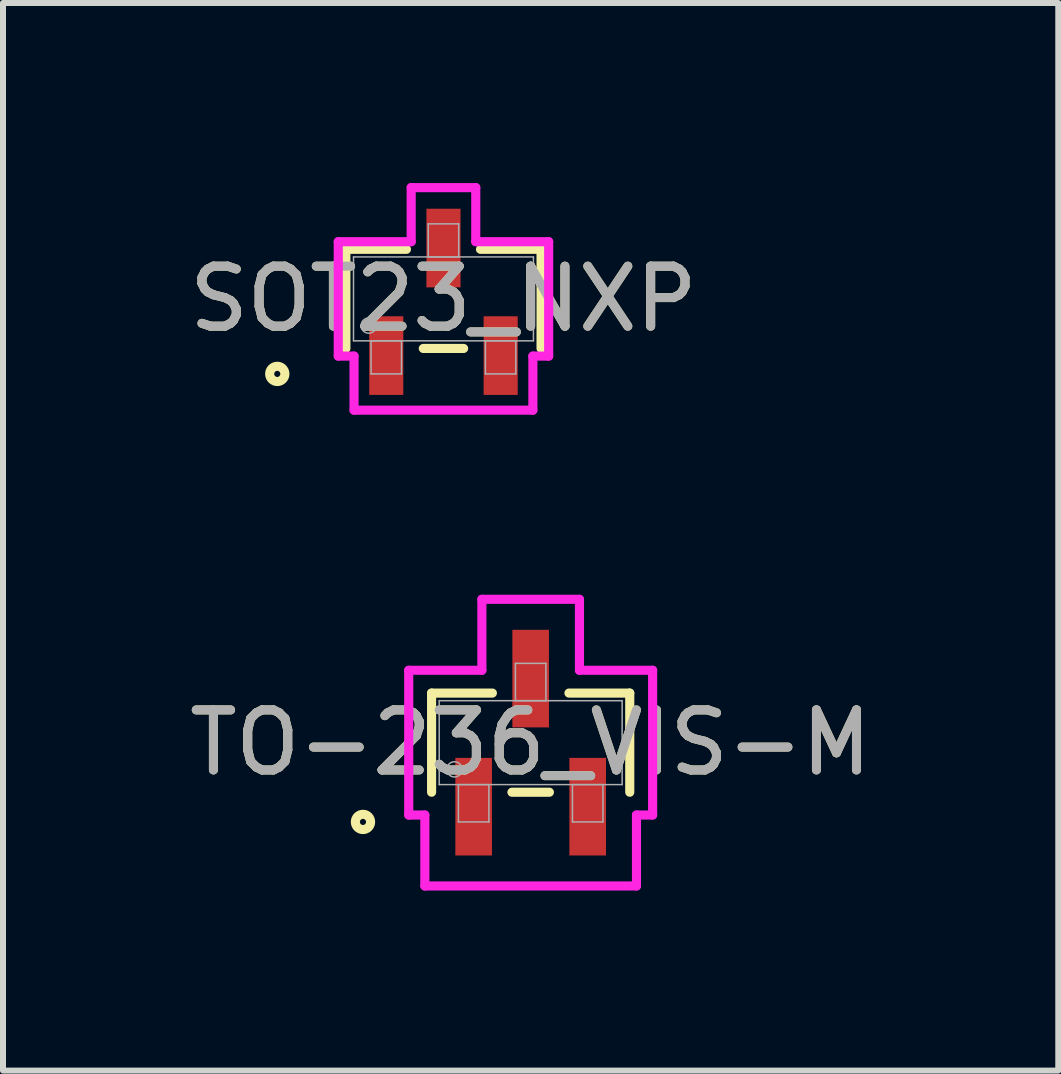
<source format=kicad_pcb>
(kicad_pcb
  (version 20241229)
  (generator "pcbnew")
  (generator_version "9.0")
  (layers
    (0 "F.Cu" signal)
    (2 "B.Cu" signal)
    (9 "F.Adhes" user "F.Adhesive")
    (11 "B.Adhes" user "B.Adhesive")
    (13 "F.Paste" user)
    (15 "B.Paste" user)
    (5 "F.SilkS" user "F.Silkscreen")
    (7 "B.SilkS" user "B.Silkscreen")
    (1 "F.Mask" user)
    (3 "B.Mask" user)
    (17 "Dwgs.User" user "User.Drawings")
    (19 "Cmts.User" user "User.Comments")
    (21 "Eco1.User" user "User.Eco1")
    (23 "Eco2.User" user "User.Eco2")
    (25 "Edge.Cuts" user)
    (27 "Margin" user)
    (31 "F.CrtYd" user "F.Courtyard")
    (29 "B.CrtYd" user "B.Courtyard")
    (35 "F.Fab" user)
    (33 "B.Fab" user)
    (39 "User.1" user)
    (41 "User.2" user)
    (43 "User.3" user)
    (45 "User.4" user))
  (footprint "SOT23_NXP"
    (layer "F.Cu")
    (at 4.339 1.93)
    (property "Reference" "SOT23_NXP" (at 0 0 0) (unlocked yes) (layer "F.SilkS") (effects (font (size 1 1) (thickness 0.15))))
    (attr smd)
    (fp_line (start -1.626 -0.826) (end -1.626 0.826) (stroke (width 0.152) (type solid)) (layer "F.SilkS"))
    (fp_line (start -0.617 -0.826) (end -1.626 -0.826) (stroke (width 0.152) (type solid)) (layer "F.SilkS"))
    (fp_line (start -0.336 0.826) (end 0.336 0.826) (stroke (width 0.152) (type solid)) (layer "F.SilkS"))
    (fp_line (start 1.626 -0.826) (end 0.617 -0.826) (stroke (width 0.152) (type solid)) (layer "F.SilkS"))
    (fp_line (start 1.626 0.826) (end 1.626 -0.826) (stroke (width 0.152) (type solid)) (layer "F.SilkS"))
    (fp_circle (center -2.769 1.25) (end -2.642 1.25) (stroke (width 0.152) (type solid)) (fill no) (layer "F.SilkS"))
    (fp_line (start -1.753 -0.953) (end -0.538 -0.953) (stroke (width 0.152) (type solid)) (layer "F.CrtYd"))
    (fp_line (start -1.753 0.953) (end -1.753 -0.953) (stroke (width 0.152) (type solid)) (layer "F.CrtYd"))
    (fp_line (start -1.753 0.953) (end -1.49 0.953) (stroke (width 0.152) (type solid)) (layer "F.CrtYd"))
    (fp_line (start -1.49 0.953) (end -1.49 1.854) (stroke (width 0.152) (type solid)) (layer "F.CrtYd"))
    (fp_line (start -1.49 1.854) (end 1.49 1.854) (stroke (width 0.152) (type solid)) (layer "F.CrtYd"))
    (fp_line (start -0.538 -1.854) (end 0.538 -1.854) (stroke (width 0.152) (type solid)) (layer "F.CrtYd"))
    (fp_line (start -0.538 -0.953) (end -0.538 -1.854) (stroke (width 0.152) (type solid)) (layer "F.CrtYd"))
    (fp_line (start 0.538 -0.953) (end 0.538 -1.854) (stroke (width 0.152) (type solid)) (layer "F.CrtYd"))
    (fp_line (start 1.49 0.953) (end 1.49 1.854) (stroke (width 0.152) (type solid)) (layer "F.CrtYd"))
    (fp_line (start 1.753 -0.953) (end 0.538 -0.953) (stroke (width 0.152) (type solid)) (layer "F.CrtYd"))
    (fp_line (start 1.753 -0.953) (end 1.753 0.953) (stroke (width 0.152) (type solid)) (layer "F.CrtYd"))
    (fp_line (start 1.753 0.953) (end 1.49 0.953) (stroke (width 0.152) (type solid)) (layer "F.CrtYd"))
    (fp_line (start -1.499 -0.699) (end -1.499 0.699) (stroke (width 0.025) (type solid)) (layer "F.Fab"))
    (fp_line (start -1.499 0.699) (end 1.499 0.699) (stroke (width 0.025) (type solid)) (layer "F.Fab"))
    (fp_line (start -1.206 0.699) (end -1.206 1.25) (stroke (width 0.025) (type solid)) (layer "F.Fab"))
    (fp_line (start -1.206 1.25) (end -0.699 1.25) (stroke (width 0.025) (type solid)) (layer "F.Fab"))
    (fp_line (start -0.699 0.699) (end -1.206 0.699) (stroke (width 0.025) (type solid)) (layer "F.Fab"))
    (fp_line (start -0.699 1.25) (end -0.699 0.699) (stroke (width 0.025) (type solid)) (layer "F.Fab"))
    (fp_line (start -0.254 -1.25) (end -0.254 -0.699) (stroke (width 0.025) (type solid)) (layer "F.Fab"))
    (fp_line (start -0.254 -0.699) (end 0.254 -0.699) (stroke (width 0.025) (type solid)) (layer "F.Fab"))
    (fp_line (start 0.254 -1.25) (end -0.254 -1.25) (stroke (width 0.025) (type solid)) (layer "F.Fab"))
    (fp_line (start 0.254 -0.699) (end 0.254 -1.25) (stroke (width 0.025) (type solid)) (layer "F.Fab"))
    (fp_line (start 0.699 0.699) (end 0.699 1.25) (stroke (width 0.025) (type solid)) (layer "F.Fab"))
    (fp_line (start 0.699 1.25) (end 1.206 1.25) (stroke (width 0.025) (type solid)) (layer "F.Fab"))
    (fp_line (start 1.206 0.699) (end 0.699 0.699) (stroke (width 0.025) (type solid)) (layer "F.Fab"))
    (fp_line (start 1.206 1.25) (end 1.206 0.699) (stroke (width 0.025) (type solid)) (layer "F.Fab"))
    (fp_line (start 1.499 -0.699) (end -1.499 -0.699) (stroke (width 0.025) (type solid)) (layer "F.Fab"))
    (fp_line (start 1.499 0.699) (end 1.499 -0.699) (stroke (width 0.025) (type solid)) (layer "F.Fab"))
    (fp_circle (center -1.245 0.445) (end -1.118 0.445) (stroke (width 0.025) (type solid)) (fill no) (layer "F.Fab"))
    (fp_text user "${REFERENCE}" (at 0 0 0) (unlocked yes) (layer "F.Fab") (effects (font (size 1 1) (thickness 0.15))))
    (pad "1" smd rect (at -0.953 0.945) (size 0.568 1.31) (layers "F.Cu" "F.Mask" "F.Paste"))
    (pad "2" smd rect (at 0.953 0.945) (size 0.568 1.31) (layers "F.Cu" "F.Mask" "F.Paste"))
    (pad "3" smd rect (at 0 -0.847) (size 0.568 1.31) (layers "F.Cu" "F.Mask" "F.Paste")))
  (footprint "TO-236_VIS-M"
    (layer "F.Cu")
    (at 5.792 9.324)
    (property "Reference" "TO-236_VIS-M" (at 0 0 0) (unlocked yes) (layer "F.SilkS") (effects (font (size 1 1) (thickness 0.15))))
    (attr smd)
    (fp_line (start -1.651 -0.826) (end -1.651 0.826) (stroke (width 0.152) (type solid)) (layer "F.SilkS"))
    (fp_line (start -0.638 -0.826) (end -1.651 -0.826) (stroke (width 0.152) (type solid)) (layer "F.SilkS"))
    (fp_line (start -0.312 0.826) (end 0.312 0.826) (stroke (width 0.152) (type solid)) (layer "F.SilkS"))
    (fp_line (start 1.651 -0.826) (end 0.638 -0.826) (stroke (width 0.152) (type solid)) (layer "F.SilkS"))
    (fp_line (start 1.651 0.826) (end 1.651 -0.826) (stroke (width 0.152) (type solid)) (layer "F.SilkS"))
    (fp_circle (center -2.794 1.321) (end -2.667 1.321) (stroke (width 0.152) (type solid)) (fill no) (layer "F.SilkS"))
    (fp_line (start -2.032 -1.206) (end -0.813 -1.206) (stroke (width 0.152) (type solid)) (layer "F.CrtYd"))
    (fp_line (start -2.032 1.206) (end -2.032 -1.206) (stroke (width 0.152) (type solid)) (layer "F.CrtYd"))
    (fp_line (start -2.032 1.206) (end -1.763 1.206) (stroke (width 0.152) (type solid)) (layer "F.CrtYd"))
    (fp_line (start -1.763 1.206) (end -1.763 2.388) (stroke (width 0.152) (type solid)) (layer "F.CrtYd"))
    (fp_line (start -1.763 2.388) (end 1.763 2.388) (stroke (width 0.152) (type solid)) (layer "F.CrtYd"))
    (fp_line (start -0.813 -2.388) (end 0.813 -2.388) (stroke (width 0.152) (type solid)) (layer "F.CrtYd"))
    (fp_line (start -0.813 -1.206) (end -0.813 -2.388) (stroke (width 0.152) (type solid)) (layer "F.CrtYd"))
    (fp_line (start 0.813 -1.206) (end 0.813 -2.388) (stroke (width 0.152) (type solid)) (layer "F.CrtYd"))
    (fp_line (start 1.763 1.206) (end 1.763 2.388) (stroke (width 0.152) (type solid)) (layer "F.CrtYd"))
    (fp_line (start 2.032 -1.206) (end 0.813 -1.206) (stroke (width 0.152) (type solid)) (layer "F.CrtYd"))
    (fp_line (start 2.032 -1.206) (end 2.032 1.206) (stroke (width 0.152) (type solid)) (layer "F.CrtYd"))
    (fp_line (start 2.032 1.206) (end 1.763 1.206) (stroke (width 0.152) (type solid)) (layer "F.CrtYd"))
    (fp_line (start -1.524 -0.699) (end -1.524 0.699) (stroke (width 0.025) (type solid)) (layer "F.Fab"))
    (fp_line (start -1.524 0.699) (end 1.524 0.699) (stroke (width 0.025) (type solid)) (layer "F.Fab"))
    (fp_line (start -1.204 0.699) (end -1.204 1.321) (stroke (width 0.025) (type solid)) (layer "F.Fab"))
    (fp_line (start -1.204 1.321) (end -0.696 1.321) (stroke (width 0.025) (type solid)) (layer "F.Fab"))
    (fp_line (start -0.696 0.699) (end -1.204 0.699) (stroke (width 0.025) (type solid)) (layer "F.Fab"))
    (fp_line (start -0.696 1.321) (end -0.696 0.699) (stroke (width 0.025) (type solid)) (layer "F.Fab"))
    (fp_line (start -0.254 -1.321) (end -0.254 -0.699) (stroke (width 0.025) (type solid)) (layer "F.Fab"))
    (fp_line (start -0.254 -0.699) (end 0.254 -0.699) (stroke (width 0.025) (type solid)) (layer "F.Fab"))
    (fp_line (start 0.254 -1.321) (end -0.254 -1.321) (stroke (width 0.025) (type solid)) (layer "F.Fab"))
    (fp_line (start 0.254 -0.699) (end 0.254 -1.321) (stroke (width 0.025) (type solid)) (layer "F.Fab"))
    (fp_line (start 0.696 0.699) (end 0.696 1.321) (stroke (width 0.025) (type solid)) (layer "F.Fab"))
    (fp_line (start 0.696 1.321) (end 1.204 1.321) (stroke (width 0.025) (type solid)) (layer "F.Fab"))
    (fp_line (start 1.204 0.699) (end 0.696 0.699) (stroke (width 0.025) (type solid)) (layer "F.Fab"))
    (fp_line (start 1.204 1.321) (end 1.204 0.699) (stroke (width 0.025) (type solid)) (layer "F.Fab"))
    (fp_line (start 1.524 -0.699) (end -1.524 -0.699) (stroke (width 0.025) (type solid)) (layer "F.Fab"))
    (fp_line (start 1.524 0.699) (end 1.524 -0.699) (stroke (width 0.025) (type solid)) (layer "F.Fab"))
    (fp_circle (center -1.27 0.445) (end -1.143 0.445) (stroke (width 0.025) (type solid)) (fill no) (layer "F.Fab"))
    (fp_text user "${REFERENCE}" (at 0 0 0) (unlocked yes) (layer "F.Fab") (effects (font (size 1 1) (thickness 0.15))))
    (pad "1" smd rect (at -0.95 1.067) (size 0.61 1.626) (layers "F.Cu" "F.Mask" "F.Paste"))
    (pad "2" smd rect (at 0.95 1.067) (size 0.61 1.626) (layers "F.Cu" "F.Mask" "F.Paste"))
    (pad "3" smd rect (at 0 -1.067) (size 0.61 1.626) (layers "F.Cu" "F.Mask" "F.Paste")))
  (gr_rect
    (start -3 -3)
    (end 14.583 14.788)
    (stroke (width 0.1) (type default))
    (fill no)
    (layer "Edge.Cuts")))
</source>
